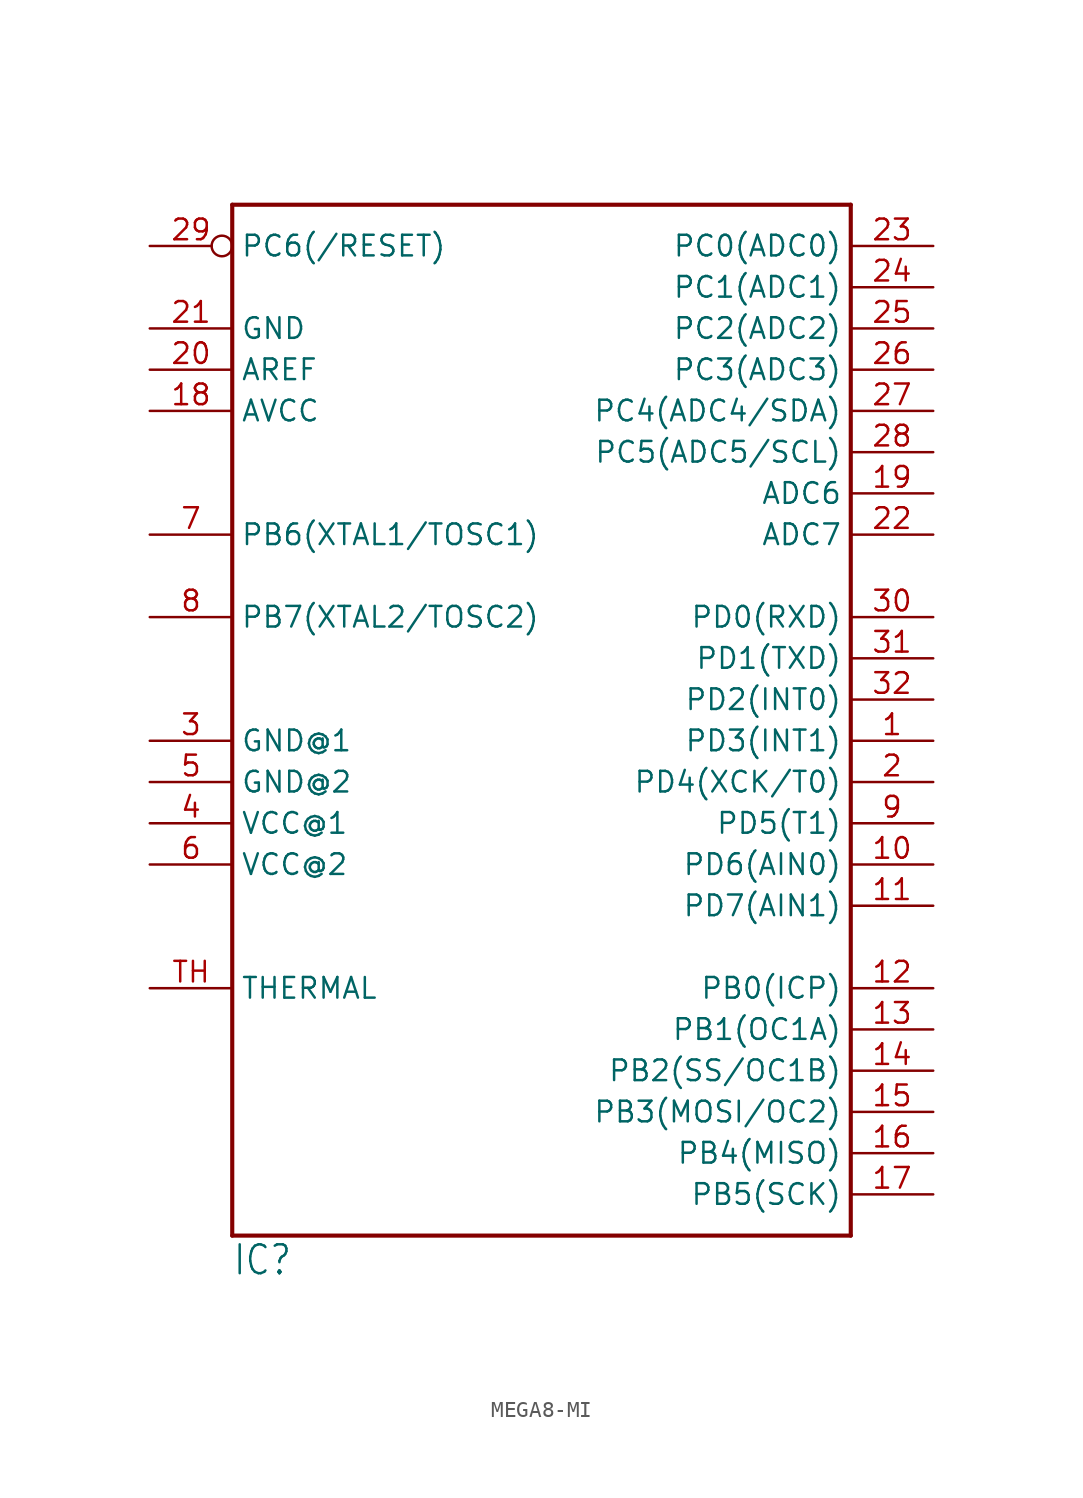
<source format=kicad_sym>
(kicad_symbol_lib
  (version 20220914)
  (generator kicad_symbol_editor)
  (symbol "MEGA8-MI"
    (property "Reference" "IC"
      (at -17.78 -38.1 0)
      (effects (font (size 1.778 1.511)) (justify left bottom)))
    (property "Value" ""
      (at -17.78 29.21 0)
      (effects (font (size 1.778 1.511)) (justify left bottom)))
    (property "ki_locked" ""
      (at 0 0 0)
      (effects (font (size 1.27 1.27))))
    (symbol "MEGA8-MI_1_0"
      (polyline (pts (xy -17.78 -35.56) (xy -17.78 27.94)) (stroke (width 0.254) (type solid)) (fill (type none)))
      (polyline (pts (xy -17.78 27.94) (xy 20.32 27.94)) (stroke (width 0.254) (type solid)) (fill (type none)))
      (polyline (pts (xy 20.32 -35.56) (xy -17.78 -35.56)) (stroke (width 0.254) (type solid)) (fill (type none)))
      (polyline (pts (xy 20.32 27.94) (xy 20.32 -35.56)) (stroke (width 0.254) (type solid)) (fill (type none)))
      (pin bidirectional line (at 25.4 -5.08 180) (length 5.08) (name "PD3(INT1)" (effects (font (size 1.27 1.27)))) (number "1" (effects (font (size 1.27 1.27)))))
      (pin bidirectional line (at 25.4 -12.7 180) (length 5.08) (name "PD6(AIN0)" (effects (font (size 1.27 1.27)))) (number "10" (effects (font (size 1.27 1.27)))))
      (pin bidirectional line (at 25.4 -15.24 180) (length 5.08) (name "PD7(AIN1)" (effects (font (size 1.27 1.27)))) (number "11" (effects (font (size 1.27 1.27)))))
      (pin bidirectional line (at 25.4 -20.32 180) (length 5.08) (name "PB0(ICP)" (effects (font (size 1.27 1.27)))) (number "12" (effects (font (size 1.27 1.27)))))
      (pin bidirectional line (at 25.4 -22.86 180) (length 5.08) (name "PB1(OC1A)" (effects (font (size 1.27 1.27)))) (number "13" (effects (font (size 1.27 1.27)))))
      (pin bidirectional line (at 25.4 -25.4 180) (length 5.08) (name "PB2(SS/OC1B)" (effects (font (size 1.27 1.27)))) (number "14" (effects (font (size 1.27 1.27)))))
      (pin bidirectional line (at 25.4 -27.94 180) (length 5.08) (name "PB3(MOSI/OC2)" (effects (font (size 1.27 1.27)))) (number "15" (effects (font (size 1.27 1.27)))))
      (pin bidirectional line (at 25.4 -30.48 180) (length 5.08) (name "PB4(MISO)" (effects (font (size 1.27 1.27)))) (number "16" (effects (font (size 1.27 1.27)))))
      (pin bidirectional line (at 25.4 -33.02 180) (length 5.08) (name "PB5(SCK)" (effects (font (size 1.27 1.27)))) (number "17" (effects (font (size 1.27 1.27)))))
      (pin power_in line (at -22.86 15.24 0) (length 5.08) (name "AVCC" (effects (font (size 1.27 1.27)))) (number "18" (effects (font (size 1.27 1.27)))))
      (pin bidirectional line (at 25.4 10.16 180) (length 5.08) (name "ADC6" (effects (font (size 1.27 1.27)))) (number "19" (effects (font (size 1.27 1.27)))))
      (pin bidirectional line (at 25.4 -7.62 180) (length 5.08) (name "PD4(XCK/T0)" (effects (font (size 1.27 1.27)))) (number "2" (effects (font (size 1.27 1.27)))))
      (pin passive line (at -22.86 17.78 0) (length 5.08) (name "AREF" (effects (font (size 1.27 1.27)))) (number "20" (effects (font (size 1.27 1.27)))))
      (pin power_in line (at -22.86 20.32 0) (length 5.08) (name "GND" (effects (font (size 1.27 1.27)))) (number "21" (effects (font (size 1.27 1.27)))))
      (pin bidirectional line (at 25.4 7.62 180) (length 5.08) (name "ADC7" (effects (font (size 1.27 1.27)))) (number "22" (effects (font (size 1.27 1.27)))))
      (pin bidirectional line (at 25.4 25.4 180) (length 5.08) (name "PC0(ADC0)" (effects (font (size 1.27 1.27)))) (number "23" (effects (font (size 1.27 1.27)))))
      (pin bidirectional line (at 25.4 22.86 180) (length 5.08) (name "PC1(ADC1)" (effects (font (size 1.27 1.27)))) (number "24" (effects (font (size 1.27 1.27)))))
      (pin bidirectional line (at 25.4 20.32 180) (length 5.08) (name "PC2(ADC2)" (effects (font (size 1.27 1.27)))) (number "25" (effects (font (size 1.27 1.27)))))
      (pin bidirectional line (at 25.4 17.78 180) (length 5.08) (name "PC3(ADC3)" (effects (font (size 1.27 1.27)))) (number "26" (effects (font (size 1.27 1.27)))))
      (pin bidirectional line (at 25.4 15.24 180) (length 5.08) (name "PC4(ADC4/SDA)" (effects (font (size 1.27 1.27)))) (number "27" (effects (font (size 1.27 1.27)))))
      (pin bidirectional line (at 25.4 12.7 180) (length 5.08) (name "PC5(ADC5/SCL)" (effects (font (size 1.27 1.27)))) (number "28" (effects (font (size 1.27 1.27)))))
      (pin bidirectional inverted (at -22.86 25.4 0) (length 5.08) (name "PC6(/RESET)" (effects (font (size 1.27 1.27)))) (number "29" (effects (font (size 1.27 1.27)))))
      (pin power_in line (at -22.86 -5.08 0) (length 5.08) (name "GND@1" (effects (font (size 1.27 1.27)))) (number "3" (effects (font (size 1.27 1.27)))))
      (pin bidirectional line (at 25.4 2.54 180) (length 5.08) (name "PD0(RXD)" (effects (font (size 1.27 1.27)))) (number "30" (effects (font (size 1.27 1.27)))))
      (pin bidirectional line (at 25.4 0 180) (length 5.08) (name "PD1(TXD)" (effects (font (size 1.27 1.27)))) (number "31" (effects (font (size 1.27 1.27)))))
      (pin bidirectional line (at 25.4 -2.54 180) (length 5.08) (name "PD2(INT0)" (effects (font (size 1.27 1.27)))) (number "32" (effects (font (size 1.27 1.27)))))
      (pin power_in line (at -22.86 -10.16 0) (length 5.08) (name "VCC@1" (effects (font (size 1.27 1.27)))) (number "4" (effects (font (size 1.27 1.27)))))
      (pin power_in line (at -22.86 -7.62 0) (length 5.08) (name "GND@2" (effects (font (size 1.27 1.27)))) (number "5" (effects (font (size 1.27 1.27)))))
      (pin power_in line (at -22.86 -12.7 0) (length 5.08) (name "VCC@2" (effects (font (size 1.27 1.27)))) (number "6" (effects (font (size 1.27 1.27)))))
      (pin bidirectional line (at -22.86 7.62 0) (length 5.08) (name "PB6(XTAL1/TOSC1)" (effects (font (size 1.27 1.27)))) (number "7" (effects (font (size 1.27 1.27)))))
      (pin bidirectional line (at -22.86 2.54 0) (length 5.08) (name "PB7(XTAL2/TOSC2)" (effects (font (size 1.27 1.27)))) (number "8" (effects (font (size 1.27 1.27)))))
      (pin bidirectional line (at 25.4 -10.16 180) (length 5.08) (name "PD5(T1)" (effects (font (size 1.27 1.27)))) (number "9" (effects (font (size 1.27 1.27)))))
      (pin passive line (at -22.86 -20.32 0) (length 5.08) (name "THERMAL" (effects (font (size 1.27 1.27)))) (number "TH" (effects (font (size 1.27 1.27))))))))
</source>
